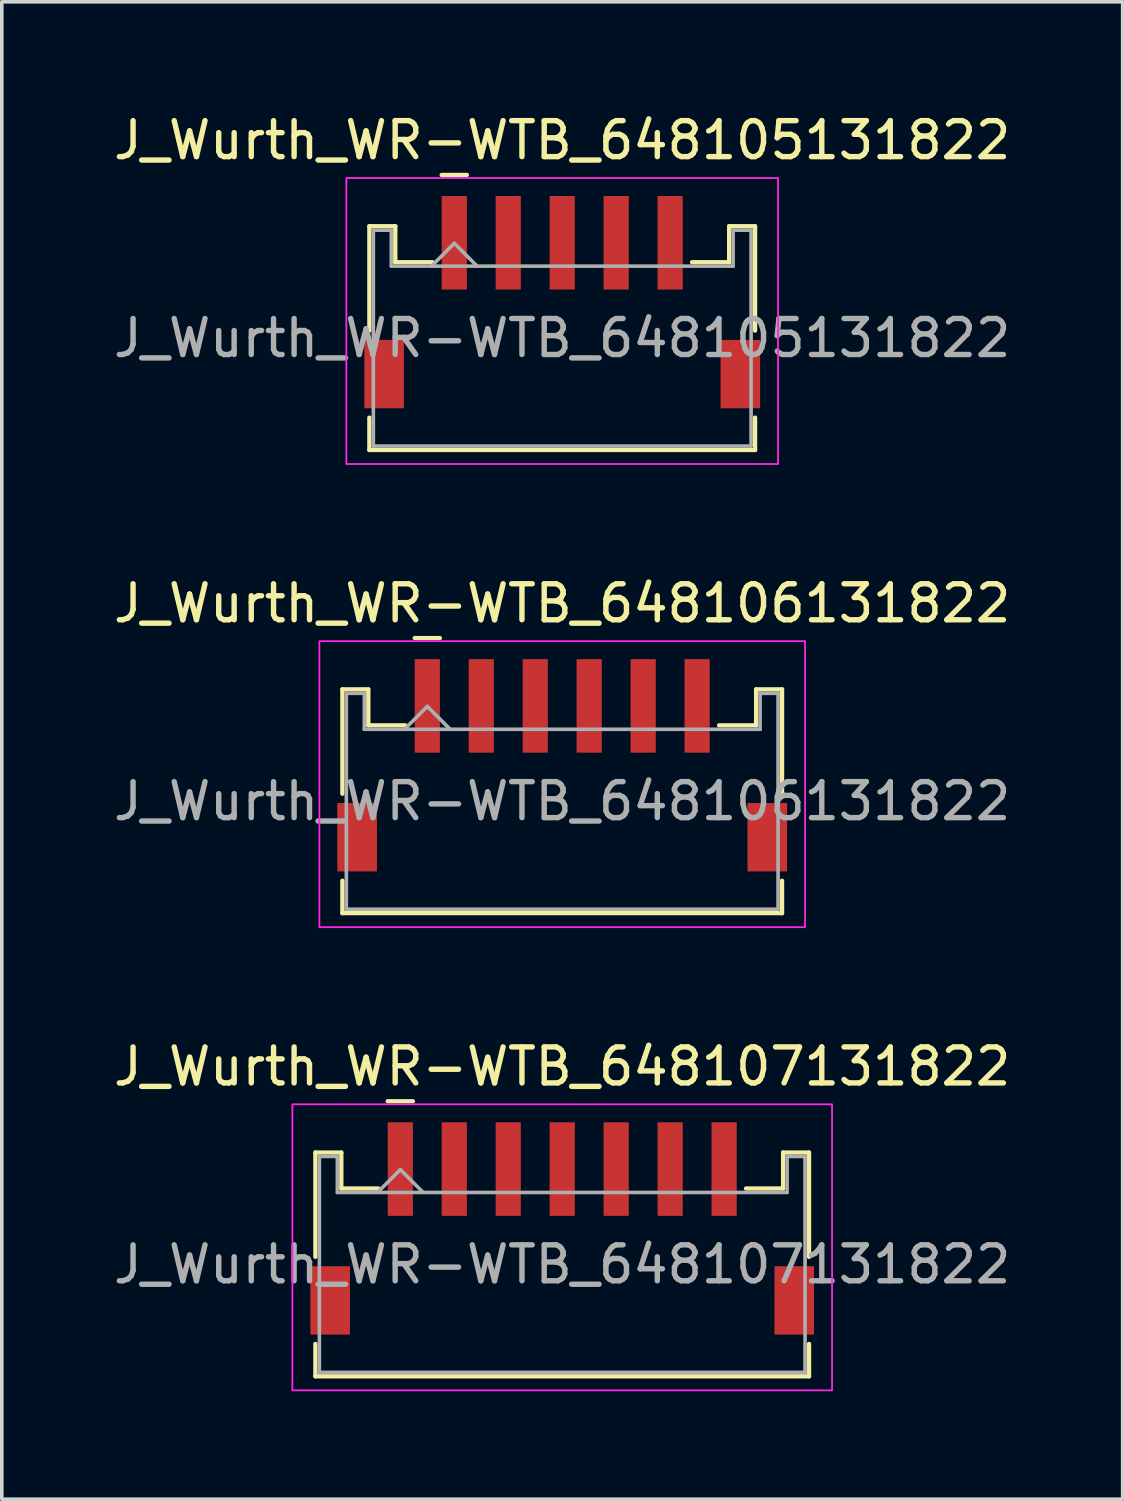
<source format=kicad_pcb>
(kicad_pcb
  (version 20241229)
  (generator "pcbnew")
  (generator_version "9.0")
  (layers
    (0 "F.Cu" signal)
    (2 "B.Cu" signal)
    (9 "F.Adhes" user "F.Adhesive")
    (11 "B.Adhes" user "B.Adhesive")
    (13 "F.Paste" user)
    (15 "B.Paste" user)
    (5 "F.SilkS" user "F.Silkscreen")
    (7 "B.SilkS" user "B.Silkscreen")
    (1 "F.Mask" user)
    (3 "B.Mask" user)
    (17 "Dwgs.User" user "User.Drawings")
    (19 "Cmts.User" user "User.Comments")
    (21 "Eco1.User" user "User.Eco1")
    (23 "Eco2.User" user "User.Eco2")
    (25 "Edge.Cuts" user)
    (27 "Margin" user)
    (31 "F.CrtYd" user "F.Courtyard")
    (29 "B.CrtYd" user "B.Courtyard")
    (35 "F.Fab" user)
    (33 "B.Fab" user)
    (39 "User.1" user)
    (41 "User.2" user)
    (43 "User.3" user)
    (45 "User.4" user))
  (footprint "J_Wurth_WR-WTB_648106131822"
    (layer "F.Cu")
    (at 12.577 19.221)
    (property "Reference" "J_Wurth_WR-WTB_648106131822" (at 0 -5.5 0) (unlocked yes) (layer "F.SilkS") (effects (font (size 1 1) (thickness 0.15))))
    (attr smd)
    (fp_line (start -6.11 -3.11) (end -5.39 -3.11) (stroke (width 0.12) (type solid)) (layer "F.SilkS"))
    (fp_line (start -6.11 -0.21) (end -6.11 -3.11) (stroke (width 0.12) (type solid)) (layer "F.SilkS"))
    (fp_line (start -6.11 3.11) (end -6.11 2.21) (stroke (width 0.12) (type solid)) (layer "F.SilkS"))
    (fp_line (start -5.39 -3.11) (end -5.39 -2.11) (stroke (width 0.12) (type solid)) (layer "F.SilkS"))
    (fp_line (start -5.39 -2.11) (end -4.36 -2.11) (stroke (width 0.12) (type solid)) (layer "F.SilkS"))
    (fp_line (start -4.1 -4.535) (end -3.4 -4.535) (stroke (width 0.12) (type solid)) (layer "F.SilkS"))
    (fp_line (start 4.36 -2.11) (end 5.39 -2.11) (stroke (width 0.12) (type solid)) (layer "F.SilkS"))
    (fp_line (start 5.39 -3.11) (end 5.39 -2.11) (stroke (width 0.12) (type solid)) (layer "F.SilkS"))
    (fp_line (start 6.11 -3.11) (end 5.39 -3.11) (stroke (width 0.12) (type solid)) (layer "F.SilkS"))
    (fp_line (start 6.11 -0.21) (end 6.11 -3.11) (stroke (width 0.12) (type solid)) (layer "F.SilkS"))
    (fp_line (start 6.11 3.11) (end -6.11 3.11) (stroke (width 0.12) (type default)) (layer "F.SilkS"))
    (fp_line (start 6.11 3.11) (end 6.11 2.21) (stroke (width 0.12) (type solid)) (layer "F.SilkS"))
    (fp_rect (start -6.75 -4.45) (end 6.75 3.5) (stroke (width 0.05) (type solid)) (fill no) (layer "F.CrtYd"))
    (fp_line (start -6 -3) (end -5.5 -3) (stroke (width 0.1) (type solid)) (layer "F.Fab"))
    (fp_line (start -6 3) (end -6 -3) (stroke (width 0.1) (type default)) (layer "F.Fab"))
    (fp_line (start -5.5 -3) (end -5.5 -2) (stroke (width 0.1) (type default)) (layer "F.Fab"))
    (fp_line (start -3.75 -2.635) (end -4.385 -2) (stroke (width 0.1) (type default)) (layer "F.Fab"))
    (fp_line (start -3.115 -2) (end -3.75 -2.635) (stroke (width 0.1) (type default)) (layer "F.Fab"))
    (fp_line (start 5.5 -3) (end 5.5 -2) (stroke (width 0.1) (type default)) (layer "F.Fab"))
    (fp_line (start 5.5 -3) (end 6 -3) (stroke (width 0.1) (type solid)) (layer "F.Fab"))
    (fp_line (start 5.5 -2) (end -5.5 -2) (stroke (width 0.1) (type default)) (layer "F.Fab"))
    (fp_line (start 6 -3) (end 6 3) (stroke (width 0.1) (type default)) (layer "F.Fab"))
    (fp_line (start 6 3) (end -6 3) (stroke (width 0.1) (type default)) (layer "F.Fab"))
    (fp_text user "${REFERENCE}" (at 0 0 0) (unlocked yes) (layer "F.Fab") (effects (font (size 1 1) (thickness 0.15))))
    (pad "1" smd rect (at -3.75 -2.65) (size 0.7 2.6) (layers "F.Cu" "F.Mask" "F.Paste"))
    (pad "2" smd rect (at -2.25 -2.65) (size 0.7 2.6) (layers "F.Cu" "F.Mask" "F.Paste"))
    (pad "3" smd rect (at -0.75 -2.65) (size 0.7 2.6) (layers "F.Cu" "F.Mask" "F.Paste"))
    (pad "4" smd rect (at 0.75 -2.65) (size 0.7 2.6) (layers "F.Cu" "F.Mask" "F.Paste"))
    (pad "5" smd rect (at 2.25 -2.65) (size 0.7 2.6) (layers "F.Cu" "F.Mask" "F.Paste"))
    (pad "6" smd rect (at 3.75 -2.65) (size 0.7 2.6) (layers "F.Cu" "F.Mask" "F.Paste"))
    (pad "MP1" smd rect (at -5.7 1) (size 1.1 1.9) (layers "F.Cu" "F.Mask" "F.Paste"))
    (pad "MP2" smd rect (at 5.7 1) (size 1.1 1.9) (layers "F.Cu" "F.Mask" "F.Paste")))
  (footprint "J_Wurth_WR-WTB_648105131822"
    (layer "F.Cu")
    (at 12.577 6.348)
    (property "Reference" "J_Wurth_WR-WTB_648105131822" (at 0 -5.5 0) (unlocked yes) (layer "F.SilkS") (effects (font (size 1 1) (thickness 0.15))))
    (attr smd)
    (fp_line (start -5.36 -3.11) (end -4.64 -3.11) (stroke (width 0.12) (type solid)) (layer "F.SilkS"))
    (fp_line (start -5.36 -0.21) (end -5.36 -3.11) (stroke (width 0.12) (type solid)) (layer "F.SilkS"))
    (fp_line (start -5.36 3.11) (end -5.36 2.21) (stroke (width 0.12) (type solid)) (layer "F.SilkS"))
    (fp_line (start -4.64 -3.11) (end -4.64 -2.11) (stroke (width 0.12) (type solid)) (layer "F.SilkS"))
    (fp_line (start -4.64 -2.11) (end -3.61 -2.11) (stroke (width 0.12) (type solid)) (layer "F.SilkS"))
    (fp_line (start -3.35 -4.535) (end -2.65 -4.535) (stroke (width 0.12) (type solid)) (layer "F.SilkS"))
    (fp_line (start 3.61 -2.11) (end 4.64 -2.11) (stroke (width 0.12) (type solid)) (layer "F.SilkS"))
    (fp_line (start 4.64 -3.11) (end 4.64 -2.11) (stroke (width 0.12) (type solid)) (layer "F.SilkS"))
    (fp_line (start 5.36 -3.11) (end 4.64 -3.11) (stroke (width 0.12) (type solid)) (layer "F.SilkS"))
    (fp_line (start 5.36 -0.21) (end 5.36 -3.11) (stroke (width 0.12) (type solid)) (layer "F.SilkS"))
    (fp_line (start 5.36 3.11) (end -5.36 3.11) (stroke (width 0.12) (type default)) (layer "F.SilkS"))
    (fp_line (start 5.36 3.11) (end 5.36 2.21) (stroke (width 0.12) (type solid)) (layer "F.SilkS"))
    (fp_rect (start -6 -4.45) (end 6 3.5) (stroke (width 0.05) (type solid)) (fill no) (layer "F.CrtYd"))
    (fp_line (start -5.25 -3) (end -4.75 -3) (stroke (width 0.1) (type solid)) (layer "F.Fab"))
    (fp_line (start -5.25 3) (end -5.25 -3) (stroke (width 0.1) (type default)) (layer "F.Fab"))
    (fp_line (start -4.75 -3) (end -4.75 -2) (stroke (width 0.1) (type default)) (layer "F.Fab"))
    (fp_line (start -3 -2.635) (end -3.635 -2) (stroke (width 0.1) (type default)) (layer "F.Fab"))
    (fp_line (start -2.365 -2) (end -3 -2.635) (stroke (width 0.1) (type default)) (layer "F.Fab"))
    (fp_line (start 4.75 -3) (end 4.75 -2) (stroke (width 0.1) (type default)) (layer "F.Fab"))
    (fp_line (start 4.75 -3) (end 5.25 -3) (stroke (width 0.1) (type solid)) (layer "F.Fab"))
    (fp_line (start 4.75 -2) (end -4.75 -2) (stroke (width 0.1) (type default)) (layer "F.Fab"))
    (fp_line (start 5.25 -3) (end 5.25 3) (stroke (width 0.1) (type default)) (layer "F.Fab"))
    (fp_line (start 5.25 3) (end -5.25 3) (stroke (width 0.1) (type default)) (layer "F.Fab"))
    (fp_text user "${REFERENCE}" (at 0 0 0) (unlocked yes) (layer "F.Fab") (effects (font (size 1 1) (thickness 0.15))))
    (pad "1" smd rect (at -3 -2.65) (size 0.7 2.6) (layers "F.Cu" "F.Mask" "F.Paste"))
    (pad "2" smd rect (at -1.5 -2.65) (size 0.7 2.6) (layers "F.Cu" "F.Mask" "F.Paste"))
    (pad "3" smd rect (at 0 -2.65) (size 0.7 2.6) (layers "F.Cu" "F.Mask" "F.Paste"))
    (pad "4" smd rect (at 1.5 -2.65) (size 0.7 2.6) (layers "F.Cu" "F.Mask" "F.Paste"))
    (pad "5" smd rect (at 3 -2.65) (size 0.7 2.6) (layers "F.Cu" "F.Mask" "F.Paste"))
    (pad "MP1" smd rect (at -4.95 1) (size 1.1 1.9) (layers "F.Cu" "F.Mask" "F.Paste"))
    (pad "MP2" smd rect (at 4.95 1) (size 1.1 1.9) (layers "F.Cu" "F.Mask" "F.Paste")))
  (footprint "J_Wurth_WR-WTB_648107131822"
    (layer "F.Cu")
    (at 12.577 32.095)
    (property "Reference" "J_Wurth_WR-WTB_648107131822" (at 0 -5.5 0) (unlocked yes) (layer "F.SilkS") (effects (font (size 1 1) (thickness 0.15))))
    (attr smd)
    (fp_line (start -6.86 -3.11) (end -6.14 -3.11) (stroke (width 0.12) (type solid)) (layer "F.SilkS"))
    (fp_line (start -6.86 -0.21) (end -6.86 -3.11) (stroke (width 0.12) (type solid)) (layer "F.SilkS"))
    (fp_line (start -6.86 3.11) (end -6.86 2.21) (stroke (width 0.12) (type solid)) (layer "F.SilkS"))
    (fp_line (start -6.14 -3.11) (end -6.14 -2.11) (stroke (width 0.12) (type solid)) (layer "F.SilkS"))
    (fp_line (start -6.14 -2.11) (end -5.11 -2.11) (stroke (width 0.12) (type solid)) (layer "F.SilkS"))
    (fp_line (start -4.85 -4.535) (end -4.15 -4.535) (stroke (width 0.12) (type solid)) (layer "F.SilkS"))
    (fp_line (start 5.11 -2.11) (end 6.14 -2.11) (stroke (width 0.12) (type solid)) (layer "F.SilkS"))
    (fp_line (start 6.14 -3.11) (end 6.14 -2.11) (stroke (width 0.12) (type solid)) (layer "F.SilkS"))
    (fp_line (start 6.86 -3.11) (end 6.14 -3.11) (stroke (width 0.12) (type solid)) (layer "F.SilkS"))
    (fp_line (start 6.86 -0.21) (end 6.86 -3.11) (stroke (width 0.12) (type solid)) (layer "F.SilkS"))
    (fp_line (start 6.86 3.11) (end -6.86 3.11) (stroke (width 0.12) (type default)) (layer "F.SilkS"))
    (fp_line (start 6.86 3.11) (end 6.86 2.21) (stroke (width 0.12) (type solid)) (layer "F.SilkS"))
    (fp_rect (start -7.5 -4.45) (end 7.5 3.5) (stroke (width 0.05) (type solid)) (fill no) (layer "F.CrtYd"))
    (fp_line (start -6.75 -3) (end -6.25 -3) (stroke (width 0.1) (type solid)) (layer "F.Fab"))
    (fp_line (start -6.75 3) (end -6.75 -3) (stroke (width 0.1) (type default)) (layer "F.Fab"))
    (fp_line (start -6.25 -3) (end -6.25 -2) (stroke (width 0.1) (type default)) (layer "F.Fab"))
    (fp_line (start -4.5 -2.635) (end -5.135 -2) (stroke (width 0.1) (type default)) (layer "F.Fab"))
    (fp_line (start -3.865 -2) (end -4.5 -2.635) (stroke (width 0.1) (type default)) (layer "F.Fab"))
    (fp_line (start 6.25 -3) (end 6.25 -2) (stroke (width 0.1) (type default)) (layer "F.Fab"))
    (fp_line (start 6.25 -3) (end 6.75 -3) (stroke (width 0.1) (type solid)) (layer "F.Fab"))
    (fp_line (start 6.25 -2) (end -6.25 -2) (stroke (width 0.1) (type default)) (layer "F.Fab"))
    (fp_line (start 6.75 -3) (end 6.75 3) (stroke (width 0.1) (type default)) (layer "F.Fab"))
    (fp_line (start 6.75 3) (end -6.75 3) (stroke (width 0.1) (type default)) (layer "F.Fab"))
    (fp_text user "${REFERENCE}" (at 0 0 0) (unlocked yes) (layer "F.Fab") (effects (font (size 1 1) (thickness 0.15))))
    (pad "1" smd rect (at -4.5 -2.65) (size 0.7 2.6) (layers "F.Cu" "F.Mask" "F.Paste"))
    (pad "2" smd rect (at -3 -2.65) (size 0.7 2.6) (layers "F.Cu" "F.Mask" "F.Paste"))
    (pad "3" smd rect (at -1.5 -2.65) (size 0.7 2.6) (layers "F.Cu" "F.Mask" "F.Paste"))
    (pad "4" smd rect (at 0 -2.65) (size 0.7 2.6) (layers "F.Cu" "F.Mask" "F.Paste"))
    (pad "5" smd rect (at 1.5 -2.65) (size 0.7 2.6) (layers "F.Cu" "F.Mask" "F.Paste"))
    (pad "6" smd rect (at 3 -2.65) (size 0.7 2.6) (layers "F.Cu" "F.Mask" "F.Paste"))
    (pad "7" smd rect (at 4.5 -2.65) (size 0.7 2.6) (layers "F.Cu" "F.Mask" "F.Paste"))
    (pad "MP1" smd rect (at -6.45 1) (size 1.1 1.9) (layers "F.Cu" "F.Mask" "F.Paste"))
    (pad "MP2" smd rect (at 6.45 1) (size 1.1 1.9) (layers "F.Cu" "F.Mask" "F.Paste")))
  (gr_rect
    (start -3 -3)
    (end 28.155 38.62)
    (stroke (width 0.1) (type default))
    (fill no)
    (layer "Edge.Cuts")))
</source>
